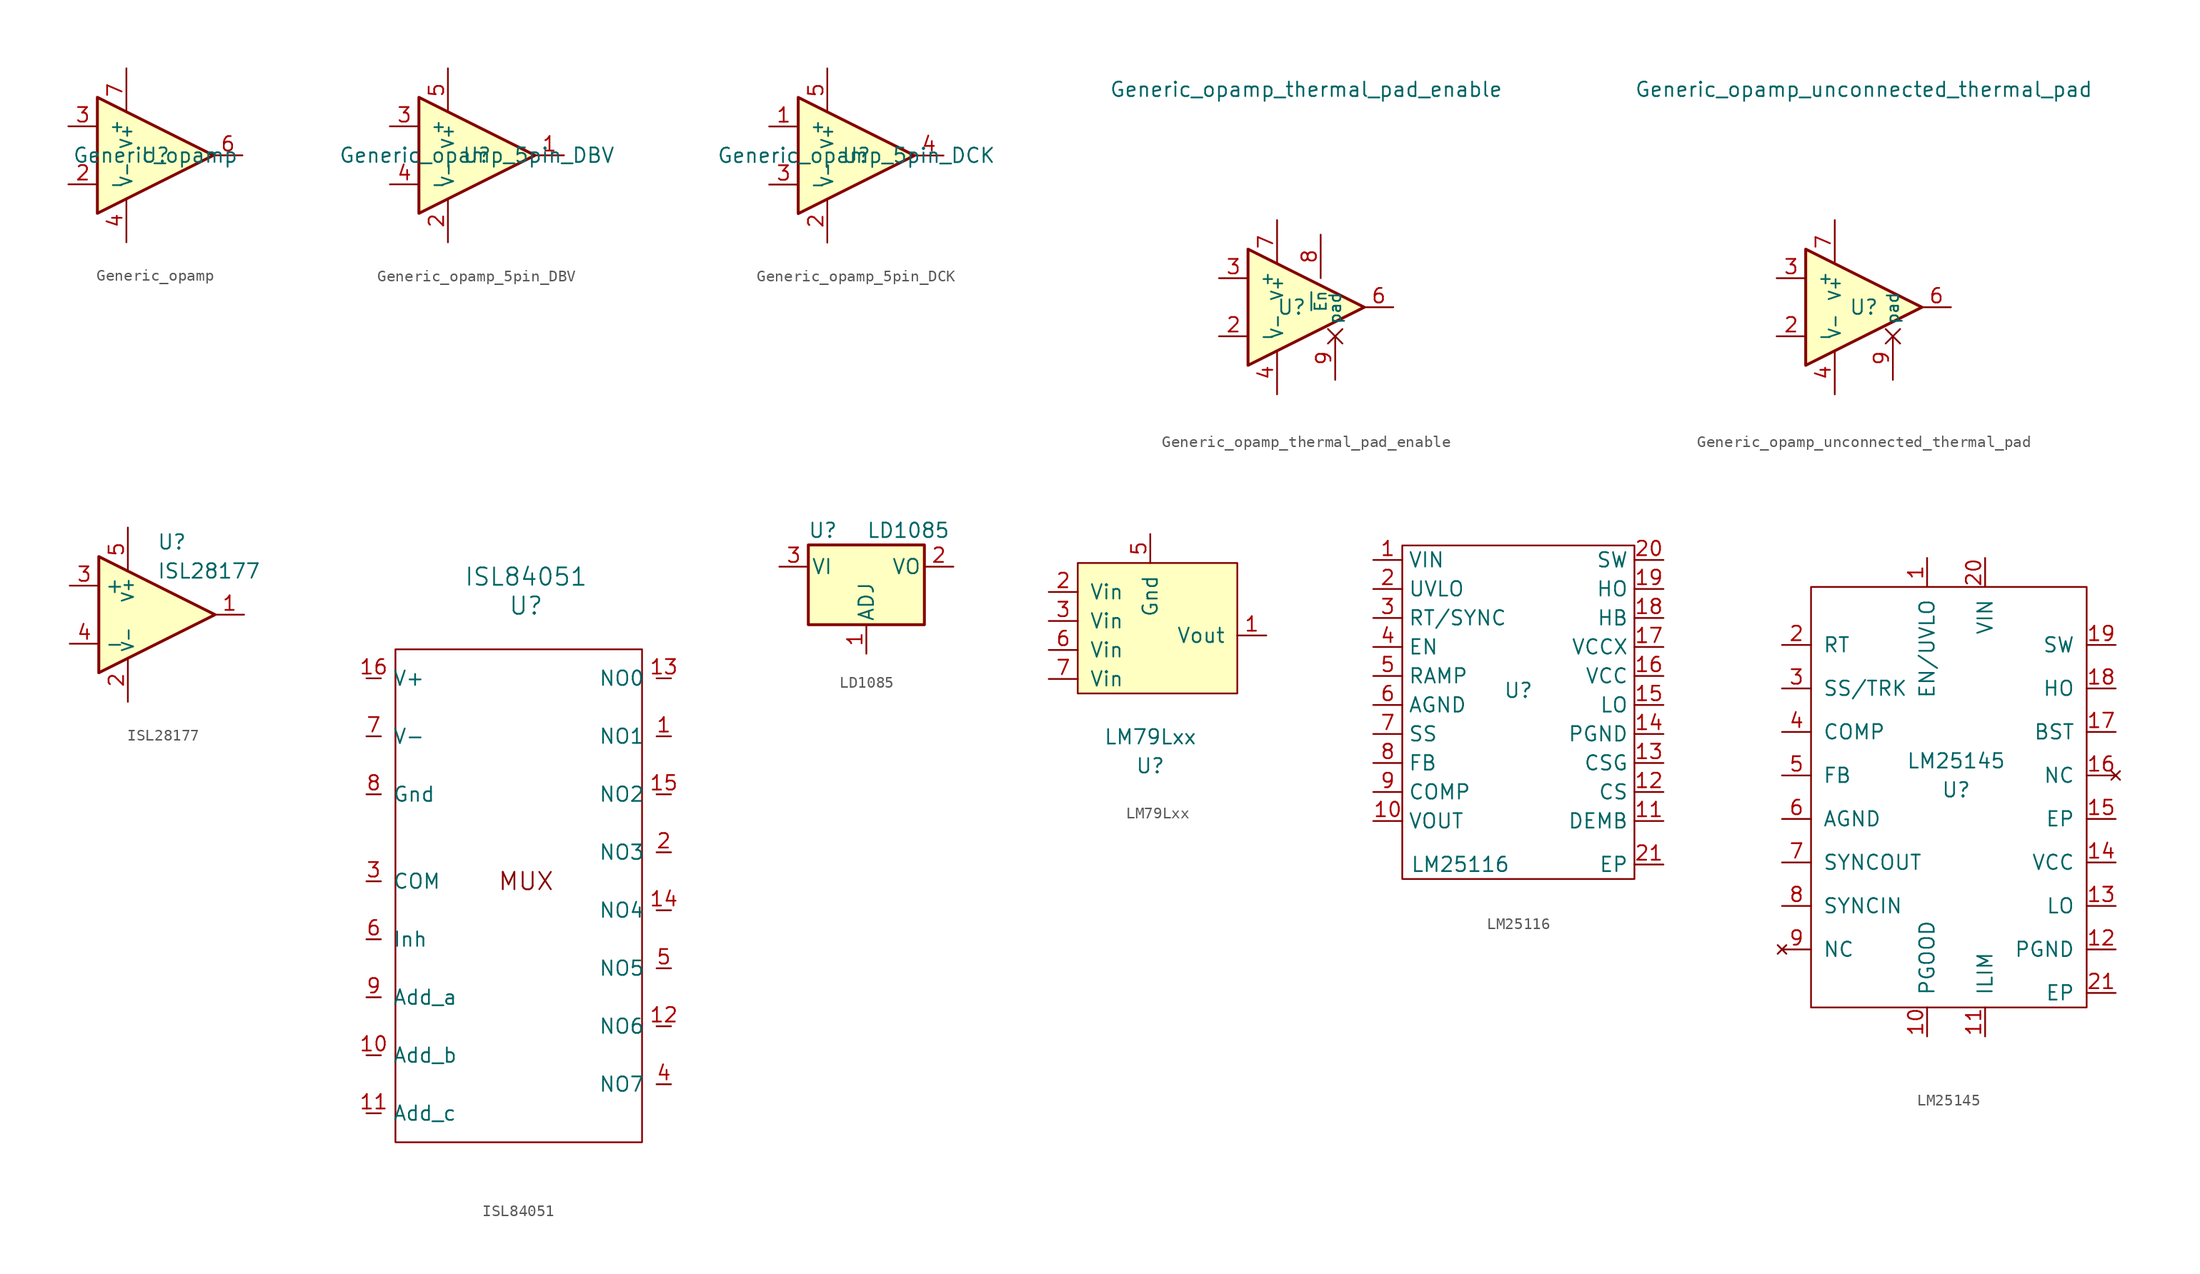
<source format=kicad_sym>
(kicad_symbol_lib
  (version 20211014)
  (generator kicad_symbol_editor)
  (symbol "Generic_opamp"
    (pin_names
      (offset 1.016))
    (property "Reference" "U"
      (at 0 0 0)
      (effects (font (size 1.27 1.27))))
    (property "Value" "Generic_opamp"
      (at 0 0 0)
      (effects (font (size 1.27 1.27))))
    (symbol "Generic_opamp_1_1"
      (polyline (pts (xy -5.08 5.08) (xy 5.08 0) (xy -5.08 -5.08) (xy -5.08 5.08)) (stroke (width 0.254) (type default) (color 0 0 0 0)) (fill (type background)))
      (pin input line (at -7.62 -2.54 0) (length 2.54) (name "-" (effects (font (size 0.991 0.991)))) (number "2" (effects (font (size 1.27 1.27)))))
      (pin input line (at -7.62 2.54 0) (length 2.54) (name "+" (effects (font (size 0.991 0.991)))) (number "3" (effects (font (size 1.27 1.27)))))
      (pin power_in line (at -2.54 -7.62 90) (length 3.81) (name "V-" (effects (font (size 0.991 0.991)))) (number "4" (effects (font (size 1.27 1.27)))))
      (pin output line (at 7.62 0 180) (length 2.54) (name "~" (effects (font (size 1.27 1.27)))) (number "6" (effects (font (size 1.27 1.27)))))
      (pin power_in line (at -2.54 7.62 270) (length 3.81) (name "V+" (effects (font (size 0.991 0.991)))) (number "7" (effects (font (size 1.27 1.27)))))))
  (symbol "Generic_opamp_5pin_DBV"
    (pin_names
      (offset 1.016))
    (property "Reference" "U"
      (at 0 0 0)
      (effects (font (size 1.27 1.27))))
    (property "Value" "Generic_opamp_5pin_DBV"
      (at 0 0 0)
      (effects (font (size 1.27 1.27))))
    (symbol "Generic_opamp_5pin_DBV_1_1"
      (polyline (pts (xy -5.08 5.08) (xy 5.08 0) (xy -5.08 -5.08) (xy -5.08 5.08)) (stroke (width 0.254) (type default) (color 0 0 0 0)) (fill (type background)))
      (pin output line (at 7.62 0 180) (length 2.54) (name "~" (effects (font (size 1.27 1.27)))) (number "1" (effects (font (size 1.27 1.27)))))
      (pin power_in line (at -2.54 -7.62 90) (length 3.81) (name "V-" (effects (font (size 0.991 0.991)))) (number "2" (effects (font (size 1.27 1.27)))))
      (pin input line (at -7.62 2.54 0) (length 2.54) (name "+" (effects (font (size 0.991 0.991)))) (number "3" (effects (font (size 1.27 1.27)))))
      (pin input line (at -7.62 -2.54 0) (length 2.54) (name "-" (effects (font (size 0.991 0.991)))) (number "4" (effects (font (size 1.27 1.27)))))
      (pin power_in line (at -2.54 7.62 270) (length 3.81) (name "V+" (effects (font (size 0.991 0.991)))) (number "5" (effects (font (size 1.27 1.27)))))))
  (symbol "Generic_opamp_5pin_DCK"
    (pin_names
      (offset 1.016))
    (property "Reference" "U"
      (at 0 0 0)
      (effects (font (size 1.27 1.27))))
    (property "Value" "Generic_opamp_5pin_DCK"
      (at 0 0 0)
      (effects (font (size 1.27 1.27))))
    (symbol "Generic_opamp_5pin_DCK_1_1"
      (polyline (pts (xy -5.08 5.08) (xy 5.08 0) (xy -5.08 -5.08) (xy -5.08 5.08)) (stroke (width 0.254) (type default) (color 0 0 0 0)) (fill (type background)))
      (pin input line (at -7.62 2.54 0) (length 2.54) (name "+" (effects (font (size 0.991 0.991)))) (number "1" (effects (font (size 1.27 1.27)))))
      (pin power_in line (at -2.54 -7.62 90) (length 3.81) (name "V-" (effects (font (size 0.991 0.991)))) (number "2" (effects (font (size 1.27 1.27)))))
      (pin input line (at -7.62 -2.54 0) (length 2.54) (name "-" (effects (font (size 0.991 0.991)))) (number "3" (effects (font (size 1.27 1.27)))))
      (pin output line (at 7.62 0 180) (length 2.54) (name "~" (effects (font (size 1.27 1.27)))) (number "4" (effects (font (size 1.27 1.27)))))
      (pin power_in line (at -2.54 7.62 270) (length 3.81) (name "V+" (effects (font (size 0.991 0.991)))) (number "5" (effects (font (size 1.27 1.27)))))))
  (symbol "Generic_opamp_thermal_pad_enable"
    (pin_names
      (offset 1.016))
    (property "Reference" "U"
      (at -1.27 0 0)
      (effects (font (size 1.27 1.27))))
    (property "Value" "Generic_opamp_thermal_pad_enable"
      (at 0 19.05 0)
      (effects (font (size 1.27 1.27))))
    (symbol "Generic_opamp_thermal_pad_enable_1_1"
      (polyline (pts (xy -5.08 5.08) (xy 5.08 0) (xy -5.08 -5.08) (xy -5.08 5.08)) (stroke (width 0.254) (type default) (color 0 0 0 0)) (fill (type background)))
      (pin input line (at -7.62 -2.54 0) (length 2.54) (name "-" (effects (font (size 0.991 0.991)))) (number "2" (effects (font (size 1.27 1.27)))))
      (pin input line (at -7.62 2.54 0) (length 2.54) (name "+" (effects (font (size 0.991 0.991)))) (number "3" (effects (font (size 1.27 1.27)))))
      (pin power_in line (at -2.54 -7.62 90) (length 3.81) (name "V-" (effects (font (size 0.991 0.991)))) (number "4" (effects (font (size 1.27 1.27)))))
      (pin output line (at 7.62 0 180) (length 2.54) (name "~" (effects (font (size 1.27 1.27)))) (number "6" (effects (font (size 1.27 1.27)))))
      (pin power_in line (at -2.54 7.62 270) (length 3.81) (name "V+" (effects (font (size 0.991 0.991)))) (number "7" (effects (font (size 1.27 1.27)))))
      (pin passive line (at 1.27 6.35 270) (length 3.81) (name "~{En}" (effects (font (size 0.991 0.991)))) (number "8" (effects (font (size 1.27 1.27)))))
      (pin passive non_logic (at 2.54 -6.35 90) (length 3.81) (name "pad" (effects (font (size 0.991 0.991)))) (number "9" (effects (font (size 1.27 1.27)))))))
  (symbol "Generic_opamp_unconnected_thermal_pad"
    (pin_names
      (offset 1.016))
    (property "Reference" "U"
      (at 0 0 0)
      (effects (font (size 1.27 1.27))))
    (property "Value" "Generic_opamp_unconnected_thermal_pad"
      (at 0 19.05 0)
      (effects (font (size 1.27 1.27))))
    (symbol "Generic_opamp_unconnected_thermal_pad_1_1"
      (polyline (pts (xy -5.08 5.08) (xy 5.08 0) (xy -5.08 -5.08) (xy -5.08 5.08)) (stroke (width 0.254) (type default) (color 0 0 0 0)) (fill (type background)))
      (pin input line (at -7.62 -2.54 0) (length 2.54) (name "-" (effects (font (size 0.991 0.991)))) (number "2" (effects (font (size 1.27 1.27)))))
      (pin input line (at -7.62 2.54 0) (length 2.54) (name "+" (effects (font (size 0.991 0.991)))) (number "3" (effects (font (size 1.27 1.27)))))
      (pin power_in line (at -2.54 -7.62 90) (length 3.81) (name "V-" (effects (font (size 0.991 0.991)))) (number "4" (effects (font (size 1.27 1.27)))))
      (pin output line (at 7.62 0 180) (length 2.54) (name "~" (effects (font (size 1.27 1.27)))) (number "6" (effects (font (size 1.27 1.27)))))
      (pin power_in line (at -2.54 7.62 270) (length 3.81) (name "V+" (effects (font (size 0.991 0.991)))) (number "7" (effects (font (size 1.27 1.27)))))
      (pin passive non_logic (at 2.54 -6.35 90) (length 3.81) (name "pad" (effects (font (size 0.991 0.991)))) (number "9" (effects (font (size 1.27 1.27)))))))
  (symbol "ISL28177"
    (property "Reference" "U"
      (at 0 6.35 0)
      (effects (font (size 1.27 1.27)) (justify left)))
    (property "Value" "ISL28177"
      (at 0 3.81 0)
      (effects (font (size 1.27 1.27)) (justify left)))
    (symbol "ISL28177_0_1"
      (polyline (pts (xy -5.08 5.08) (xy 5.08 0) (xy -5.08 -5.08) (xy -5.08 5.08)) (stroke (width 0.254) (type default) (color 0 0 0 0)) (fill (type background))))
    (symbol "ISL28177_1_1"
      (pin output line (at 7.62 0 180) (length 2.54) (name "~" (effects (font (size 1.27 1.27)))) (number "1" (effects (font (size 1.27 1.27)))))
      (pin power_in line (at -2.54 -7.62 90) (length 3.81) (name "V-" (effects (font (size 0.991 0.991)))) (number "2" (effects (font (size 1.27 1.27)))))
      (pin input line (at -7.62 2.54 0) (length 2.54) (name "+" (effects (font (size 1.27 1.27)))) (number "3" (effects (font (size 1.27 1.27)))))
      (pin input line (at -7.62 -2.54 0) (length 2.54) (name "-" (effects (font (size 1.27 1.27)))) (number "4" (effects (font (size 1.27 1.27)))))
      (pin power_in line (at -2.54 7.62 270) (length 3.81) (name "V+" (effects (font (size 0.991 0.991)))) (number "5" (effects (font (size 1.27 1.27)))))))
  (symbol "ISL84051"
    (pin_names
      (offset 1.016))
    (property "Reference" "U"
      (at 0 24.13 0)
      (effects (font (size 1.524 1.524))))
    (property "Value" "ISL84051"
      (at 0 26.67 0)
      (effects (font (size 1.524 1.524))))
    (symbol "ISL84051_0_0"
      (text "MUX" (at 0 0 0) (effects (font (size 1.524 1.524)))))
    (symbol "ISL84051_0_1"
      (rectangle (start -11.43 20.32) (end 10.16 -22.86) (stroke (width 0) (type default) (color 0 0 0 0)) (fill (type none))))
    (symbol "ISL84051_1_1"
      (pin bidirectional line (at 12.7 12.7 180) (length 1.27) (name "NO1" (effects (font (size 1.27 1.27)))) (number "1" (effects (font (size 1.27 1.27)))))
      (pin input line (at -13.97 -15.24 0) (length 1.27) (name "Add_b" (effects (font (size 1.27 1.27)))) (number "10" (effects (font (size 1.27 1.27)))))
      (pin input line (at -13.97 -20.32 0) (length 1.27) (name "Add_c" (effects (font (size 1.27 1.27)))) (number "11" (effects (font (size 1.27 1.27)))))
      (pin bidirectional line (at 12.7 -12.7 180) (length 1.27) (name "NO6" (effects (font (size 1.27 1.27)))) (number "12" (effects (font (size 1.27 1.27)))))
      (pin bidirectional line (at 12.7 17.78 180) (length 1.27) (name "NO0" (effects (font (size 1.27 1.27)))) (number "13" (effects (font (size 1.27 1.27)))))
      (pin bidirectional line (at 12.7 -2.54 180) (length 1.27) (name "NO4" (effects (font (size 1.27 1.27)))) (number "14" (effects (font (size 1.27 1.27)))))
      (pin bidirectional line (at 12.7 7.62 180) (length 1.27) (name "NO2" (effects (font (size 1.27 1.27)))) (number "15" (effects (font (size 1.27 1.27)))))
      (pin power_in line (at -13.97 17.78 0) (length 1.27) (name "V+" (effects (font (size 1.27 1.27)))) (number "16" (effects (font (size 1.27 1.27)))))
      (pin bidirectional line (at 12.7 2.54 180) (length 1.27) (name "NO3" (effects (font (size 1.27 1.27)))) (number "2" (effects (font (size 1.27 1.27)))))
      (pin bidirectional line (at -13.97 0 0) (length 1.27) (name "COM" (effects (font (size 1.27 1.27)))) (number "3" (effects (font (size 1.27 1.27)))))
      (pin bidirectional line (at 12.7 -17.78 180) (length 1.27) (name "NO7" (effects (font (size 1.27 1.27)))) (number "4" (effects (font (size 1.27 1.27)))))
      (pin bidirectional line (at 12.7 -7.62 180) (length 1.27) (name "NO5" (effects (font (size 1.27 1.27)))) (number "5" (effects (font (size 1.27 1.27)))))
      (pin input line (at -13.97 -5.08 0) (length 1.27) (name "Inh" (effects (font (size 1.27 1.27)))) (number "6" (effects (font (size 1.27 1.27)))))
      (pin power_in line (at -13.97 12.7 0) (length 1.27) (name "V-" (effects (font (size 1.27 1.27)))) (number "7" (effects (font (size 1.27 1.27)))))
      (pin power_in line (at -13.97 7.62 0) (length 1.27) (name "Gnd" (effects (font (size 1.27 1.27)))) (number "8" (effects (font (size 1.27 1.27)))))
      (pin input line (at -13.97 -10.16 0) (length 1.27) (name "Add_a" (effects (font (size 1.27 1.27)))) (number "9" (effects (font (size 1.27 1.27)))))))
  (symbol "LD1085"
    (pin_names
      (offset 0.254))
    (property "Reference" "U"
      (at -3.81 3.175 0)
      (effects (font (size 1.27 1.27))))
    (property "Value" "LD1085"
      (at 0 3.175 0)
      (effects (font (size 1.27 1.27)) (justify left)))
    (symbol "LD1085_0_1"
      (rectangle (start -5.08 1.905) (end 5.08 -5.08) (stroke (width 0.254) (type default) (color 0 0 0 0)) (fill (type background))))
    (symbol "LD1085_1_1"
      (pin input line (at 0 -7.62 90) (length 2.54) (name "ADJ" (effects (font (size 1.27 1.27)))) (number "1" (effects (font (size 1.27 1.27)))))
      (pin power_out line (at 7.62 0 180) (length 2.54) (name "VO" (effects (font (size 1.27 1.27)))) (number "2" (effects (font (size 1.27 1.27)))))
      (pin power_in line (at -7.62 0 0) (length 2.54) (name "VI" (effects (font (size 1.27 1.27)))) (number "3" (effects (font (size 1.27 1.27)))))))
  (symbol "LM79Lxx"
    (pin_names
      (offset 1.016))
    (property "Reference" "U"
      (at 0 -10.16 0)
      (effects (font (size 1.27 1.27))))
    (property "Value" "LM79Lxx"
      (at 0 -7.62 0)
      (effects (font (size 1.27 1.27))))
    (symbol "LM79Lxx_0_1"
      (rectangle (start -6.35 7.62) (end 7.62 -3.81) (stroke (width 0) (type default) (color 0 0 0 0)) (fill (type background))))
    (symbol "LM79Lxx_1_1"
      (pin power_out line (at 10.16 1.27 180) (length 2.54) (name "Vout" (effects (font (size 1.27 1.27)))) (number "1" (effects (font (size 1.27 1.27)))))
      (pin power_in line (at -8.89 5.08 0) (length 2.54) (name "Vin" (effects (font (size 1.27 1.27)))) (number "2" (effects (font (size 1.27 1.27)))))
      (pin power_in line (at -8.89 2.54 0) (length 2.54) (name "Vin" (effects (font (size 1.27 1.27)))) (number "3" (effects (font (size 1.27 1.27)))))
      (pin power_in line (at 0 10.16 270) (length 2.54) (name "Gnd" (effects (font (size 1.27 1.27)))) (number "5" (effects (font (size 1.27 1.27)))))
      (pin power_in line (at -8.89 0 0) (length 2.54) (name "Vin" (effects (font (size 1.27 1.27)))) (number "6" (effects (font (size 1.27 1.27)))))
      (pin power_in line (at -8.89 -2.54 0) (length 2.54) (name "Vin" (effects (font (size 1.27 1.27)))) (number "7" (effects (font (size 1.27 1.27)))))))
  (symbol "LM25116"
    (property "Reference" "U"
      (at 0 0 0)
      (effects (font (size 1.27 1.27))))
    (property "Value" "LM25116"
      (at -5.08 -15.24 0)
      (effects (font (size 1.27 1.27))))
    (symbol "LM25116_0_1"
      (rectangle (start -10.16 12.7) (end 10.16 -16.51) (stroke (width 0) (type default) (color 0 0 0 0)) (fill (type none))))
    (symbol "LM25116_1_1"
      (pin power_in line (at -12.7 11.43 0) (length 2.54) (name "VIN" (effects (font (size 1.27 1.27)))) (number "1" (effects (font (size 1.27 1.27)))))
      (pin input line (at -12.7 -11.43 0) (length 2.54) (name "VOUT" (effects (font (size 1.27 1.27)))) (number "10" (effects (font (size 1.27 1.27)))))
      (pin input line (at 12.7 -11.43 180) (length 2.54) (name "DEMB" (effects (font (size 1.27 1.27)))) (number "11" (effects (font (size 1.27 1.27)))))
      (pin input line (at 12.7 -8.89 180) (length 2.54) (name "CS" (effects (font (size 1.27 1.27)))) (number "12" (effects (font (size 1.27 1.27)))))
      (pin input line (at 12.7 -6.35 180) (length 2.54) (name "CSG" (effects (font (size 1.27 1.27)))) (number "13" (effects (font (size 1.27 1.27)))))
      (pin power_in line (at 12.7 -3.81 180) (length 2.54) (name "PGND" (effects (font (size 1.27 1.27)))) (number "14" (effects (font (size 1.27 1.27)))))
      (pin output line (at 12.7 -1.27 180) (length 2.54) (name "LO" (effects (font (size 1.27 1.27)))) (number "15" (effects (font (size 1.27 1.27)))))
      (pin power_in line (at 12.7 1.27 180) (length 2.54) (name "VCC" (effects (font (size 1.27 1.27)))) (number "16" (effects (font (size 1.27 1.27)))))
      (pin power_in line (at 12.7 3.81 180) (length 2.54) (name "VCCX" (effects (font (size 1.27 1.27)))) (number "17" (effects (font (size 1.27 1.27)))))
      (pin input line (at 12.7 6.35 180) (length 2.54) (name "HB" (effects (font (size 1.27 1.27)))) (number "18" (effects (font (size 1.27 1.27)))))
      (pin output line (at 12.7 8.89 180) (length 2.54) (name "HO" (effects (font (size 1.27 1.27)))) (number "19" (effects (font (size 1.27 1.27)))))
      (pin input line (at -12.7 8.89 0) (length 2.54) (name "UVLO" (effects (font (size 1.27 1.27)))) (number "2" (effects (font (size 1.27 1.27)))))
      (pin input line (at 12.7 11.43 180) (length 2.54) (name "SW" (effects (font (size 1.27 1.27)))) (number "20" (effects (font (size 1.27 1.27)))))
      (pin input line (at 12.7 -15.24 180) (length 2.54) (name "EP" (effects (font (size 1.27 1.27)))) (number "21" (effects (font (size 1.27 1.27)))))
      (pin input line (at -12.7 6.35 0) (length 2.54) (name "RT/SYNC" (effects (font (size 1.27 1.27)))) (number "3" (effects (font (size 1.27 1.27)))))
      (pin input line (at -12.7 3.81 0) (length 2.54) (name "EN" (effects (font (size 1.27 1.27)))) (number "4" (effects (font (size 1.27 1.27)))))
      (pin input line (at -12.7 1.27 0) (length 2.54) (name "RAMP" (effects (font (size 1.27 1.27)))) (number "5" (effects (font (size 1.27 1.27)))))
      (pin input line (at -12.7 -1.27 0) (length 2.54) (name "AGND" (effects (font (size 1.27 1.27)))) (number "6" (effects (font (size 1.27 1.27)))))
      (pin input line (at -12.7 -3.81 0) (length 2.54) (name "SS" (effects (font (size 1.27 1.27)))) (number "7" (effects (font (size 1.27 1.27)))))
      (pin input line (at -12.7 -6.35 0) (length 2.54) (name "FB" (effects (font (size 1.27 1.27)))) (number "8" (effects (font (size 1.27 1.27)))))
      (pin output line (at -12.7 -8.89 0) (length 2.54) (name "COMP" (effects (font (size 1.27 1.27)))) (number "9" (effects (font (size 1.27 1.27)))))))
  (symbol "LM25145"
    (pin_names
      (offset 1.016))
    (property "Reference" "U"
      (at 0 1.27 0)
      (effects (font (size 1.27 1.27))))
    (property "Value" "LM25145"
      (at 0 3.81 0)
      (effects (font (size 1.27 1.27))))
    (symbol "LM25145_0_1"
      (rectangle (start -12.7 19.05) (end 11.43 -17.78) (stroke (width 0) (type default) (color 0 0 0 0)) (fill (type none))))
    (symbol "LM25145_1_1"
      (pin input line (at -2.54 21.59 270) (length 2.54) (name "EN/UVLO" (effects (font (size 1.27 1.27)))) (number "1" (effects (font (size 1.27 1.27)))))
      (pin output line (at -2.54 -20.32 90) (length 2.54) (name "PGOOD" (effects (font (size 1.27 1.27)))) (number "10" (effects (font (size 1.27 1.27)))))
      (pin input line (at 2.54 -20.32 90) (length 2.54) (name "ILIM" (effects (font (size 1.27 1.27)))) (number "11" (effects (font (size 1.27 1.27)))))
      (pin input line (at 13.97 -12.7 180) (length 2.54) (name "PGND" (effects (font (size 1.27 1.27)))) (number "12" (effects (font (size 1.27 1.27)))))
      (pin output line (at 13.97 -8.89 180) (length 2.54) (name "LO" (effects (font (size 1.27 1.27)))) (number "13" (effects (font (size 1.27 1.27)))))
      (pin output line (at 13.97 -5.08 180) (length 2.54) (name "VCC" (effects (font (size 1.27 1.27)))) (number "14" (effects (font (size 1.27 1.27)))))
      (pin passive line (at 13.97 -1.27 180) (length 2.54) (name "EP" (effects (font (size 1.27 1.27)))) (number "15" (effects (font (size 1.27 1.27)))))
      (pin no_connect line (at 13.97 2.54 180) (length 2.54) (name "NC" (effects (font (size 1.27 1.27)))) (number "16" (effects (font (size 1.27 1.27)))))
      (pin output line (at 13.97 6.35 180) (length 2.54) (name "BST" (effects (font (size 1.27 1.27)))) (number "17" (effects (font (size 1.27 1.27)))))
      (pin output line (at 13.97 10.16 180) (length 2.54) (name "HO" (effects (font (size 1.27 1.27)))) (number "18" (effects (font (size 1.27 1.27)))))
      (pin input line (at 13.97 13.97 180) (length 2.54) (name "SW" (effects (font (size 1.27 1.27)))) (number "19" (effects (font (size 1.27 1.27)))))
      (pin input line (at -15.24 13.97 0) (length 2.54) (name "RT" (effects (font (size 1.27 1.27)))) (number "2" (effects (font (size 1.27 1.27)))))
      (pin input line (at 2.54 21.59 270) (length 2.54) (name "VIN" (effects (font (size 1.27 1.27)))) (number "20" (effects (font (size 1.27 1.27)))))
      (pin passive line (at 13.97 -16.51 180) (length 2.54) (name "EP" (effects (font (size 1.27 1.27)))) (number "21" (effects (font (size 1.27 1.27)))))
      (pin input line (at -15.24 10.16 0) (length 2.54) (name "SS/TRK" (effects (font (size 1.27 1.27)))) (number "3" (effects (font (size 1.27 1.27)))))
      (pin output line (at -15.24 6.35 0) (length 2.54) (name "COMP" (effects (font (size 1.27 1.27)))) (number "4" (effects (font (size 1.27 1.27)))))
      (pin input line (at -15.24 2.54 0) (length 2.54) (name "FB" (effects (font (size 1.27 1.27)))) (number "5" (effects (font (size 1.27 1.27)))))
      (pin input line (at -15.24 -1.27 0) (length 2.54) (name "AGND" (effects (font (size 1.27 1.27)))) (number "6" (effects (font (size 1.27 1.27)))))
      (pin output line (at -15.24 -5.08 0) (length 2.54) (name "SYNCOUT" (effects (font (size 1.27 1.27)))) (number "7" (effects (font (size 1.27 1.27)))))
      (pin input line (at -15.24 -8.89 0) (length 2.54) (name "SYNCIN" (effects (font (size 1.27 1.27)))) (number "8" (effects (font (size 1.27 1.27)))))
      (pin no_connect line (at -15.24 -12.7 0) (length 2.54) (name "NC" (effects (font (size 1.27 1.27)))) (number "9" (effects (font (size 1.27 1.27))))))))
</source>
